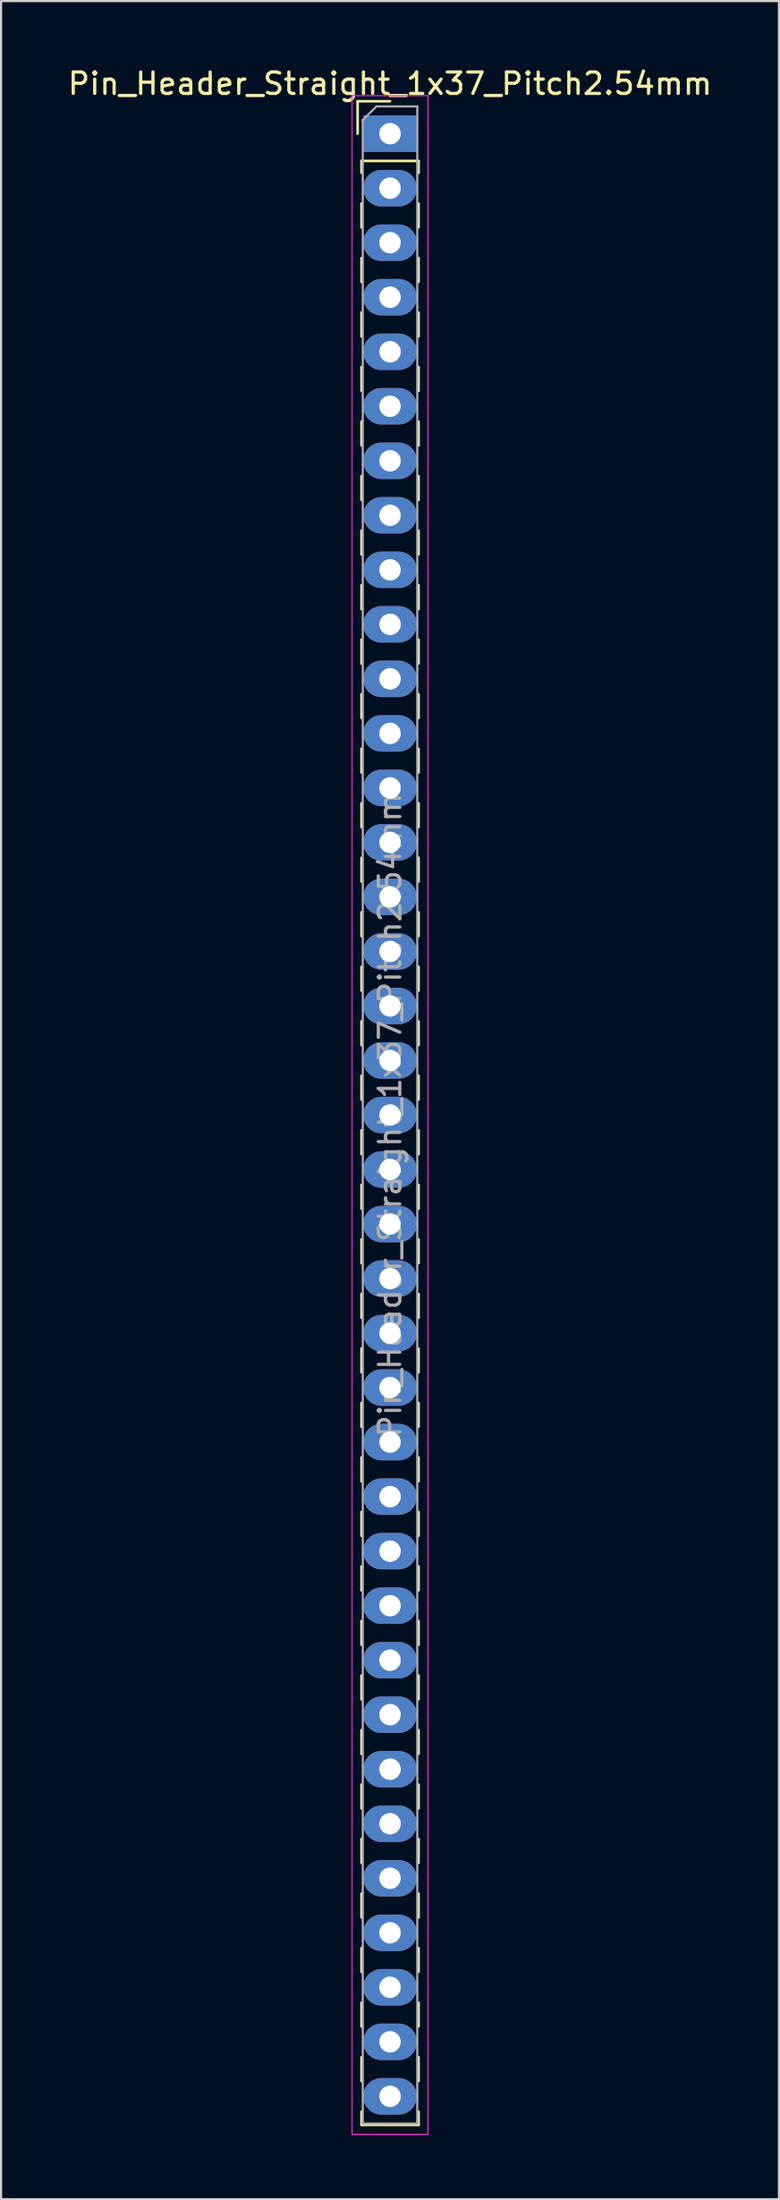
<source format=kicad_pcb>
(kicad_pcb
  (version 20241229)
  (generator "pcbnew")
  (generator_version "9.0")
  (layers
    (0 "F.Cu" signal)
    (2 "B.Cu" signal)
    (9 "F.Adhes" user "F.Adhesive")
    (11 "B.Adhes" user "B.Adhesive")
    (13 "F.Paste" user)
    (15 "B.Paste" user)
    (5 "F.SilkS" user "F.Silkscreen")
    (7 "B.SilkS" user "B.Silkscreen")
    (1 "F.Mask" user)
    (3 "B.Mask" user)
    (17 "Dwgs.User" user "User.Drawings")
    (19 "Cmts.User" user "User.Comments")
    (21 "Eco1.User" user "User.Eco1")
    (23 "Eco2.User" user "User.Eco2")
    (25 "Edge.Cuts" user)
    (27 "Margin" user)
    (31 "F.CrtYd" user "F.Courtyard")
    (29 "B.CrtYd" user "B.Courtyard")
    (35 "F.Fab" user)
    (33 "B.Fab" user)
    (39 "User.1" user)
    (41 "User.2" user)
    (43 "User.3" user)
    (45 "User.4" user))
  (footprint "Pin_Header_Straight_1x37_Pitch2.54mm"
    (layer "F.Cu")
    (at 15.125 3.178)
    (property "Reference" "Pin_Header_Straight_1x37_Pitch2.54mm" (at 0 -2.33 0) (layer "F.SilkS") (effects (font (size 1 1) (thickness 0.15))))
    (attr through_hole)
    (fp_line (start -1.51 -1.51) (end 0 -1.51) (stroke (width 0.12) (type solid)) (layer "F.SilkS"))
    (fp_line (start -1.51 0) (end -1.51 -1.51) (stroke (width 0.12) (type solid)) (layer "F.SilkS"))
    (fp_line (start -1.33 1.27) (end -1.33 1.825) (stroke (width 0.12) (type solid)) (layer "F.SilkS"))
    (fp_line (start -1.33 1.27) (end 1.33 1.27) (stroke (width 0.12) (type solid)) (layer "F.SilkS"))
    (fp_line (start -1.33 3.255) (end -1.33 4.365) (stroke (width 0.12) (type solid)) (layer "F.SilkS"))
    (fp_line (start -1.33 5.795) (end -1.33 6.905) (stroke (width 0.12) (type solid)) (layer "F.SilkS"))
    (fp_line (start -1.33 8.335) (end -1.33 9.445) (stroke (width 0.12) (type solid)) (layer "F.SilkS"))
    (fp_line (start -1.33 10.875) (end -1.33 11.985) (stroke (width 0.12) (type solid)) (layer "F.SilkS"))
    (fp_line (start -1.33 13.415) (end -1.33 14.525) (stroke (width 0.12) (type solid)) (layer "F.SilkS"))
    (fp_line (start -1.33 15.955) (end -1.33 17.065) (stroke (width 0.12) (type solid)) (layer "F.SilkS"))
    (fp_line (start -1.33 18.495) (end -1.33 19.605) (stroke (width 0.12) (type solid)) (layer "F.SilkS"))
    (fp_line (start -1.33 21.035) (end -1.33 22.145) (stroke (width 0.12) (type solid)) (layer "F.SilkS"))
    (fp_line (start -1.33 23.575) (end -1.33 24.685) (stroke (width 0.12) (type solid)) (layer "F.SilkS"))
    (fp_line (start -1.33 26.115) (end -1.33 27.225) (stroke (width 0.12) (type solid)) (layer "F.SilkS"))
    (fp_line (start -1.33 28.655) (end -1.33 29.765) (stroke (width 0.12) (type solid)) (layer "F.SilkS"))
    (fp_line (start -1.33 31.195) (end -1.33 32.305) (stroke (width 0.12) (type solid)) (layer "F.SilkS"))
    (fp_line (start -1.33 33.735) (end -1.33 34.845) (stroke (width 0.12) (type solid)) (layer "F.SilkS"))
    (fp_line (start -1.33 36.275) (end -1.33 37.385) (stroke (width 0.12) (type solid)) (layer "F.SilkS"))
    (fp_line (start -1.33 38.815) (end -1.33 39.925) (stroke (width 0.12) (type solid)) (layer "F.SilkS"))
    (fp_line (start -1.33 41.355) (end -1.33 42.465) (stroke (width 0.12) (type solid)) (layer "F.SilkS"))
    (fp_line (start -1.33 43.895) (end -1.33 45.005) (stroke (width 0.12) (type solid)) (layer "F.SilkS"))
    (fp_line (start -1.33 46.435) (end -1.33 47.545) (stroke (width 0.12) (type solid)) (layer "F.SilkS"))
    (fp_line (start -1.33 48.975) (end -1.33 50.085) (stroke (width 0.12) (type solid)) (layer "F.SilkS"))
    (fp_line (start -1.33 51.515) (end -1.33 52.625) (stroke (width 0.12) (type solid)) (layer "F.SilkS"))
    (fp_line (start -1.33 54.055) (end -1.33 55.165) (stroke (width 0.12) (type solid)) (layer "F.SilkS"))
    (fp_line (start -1.33 56.595) (end -1.33 57.705) (stroke (width 0.12) (type solid)) (layer "F.SilkS"))
    (fp_line (start -1.33 59.135) (end -1.33 60.245) (stroke (width 0.12) (type solid)) (layer "F.SilkS"))
    (fp_line (start -1.33 61.675) (end -1.33 62.785) (stroke (width 0.12) (type solid)) (layer "F.SilkS"))
    (fp_line (start -1.33 64.215) (end -1.33 65.325) (stroke (width 0.12) (type solid)) (layer "F.SilkS"))
    (fp_line (start -1.33 66.755) (end -1.33 67.865) (stroke (width 0.12) (type solid)) (layer "F.SilkS"))
    (fp_line (start -1.33 69.295) (end -1.33 70.405) (stroke (width 0.12) (type solid)) (layer "F.SilkS"))
    (fp_line (start -1.33 71.835) (end -1.33 72.945) (stroke (width 0.12) (type solid)) (layer "F.SilkS"))
    (fp_line (start -1.33 74.375) (end -1.33 75.485) (stroke (width 0.12) (type solid)) (layer "F.SilkS"))
    (fp_line (start -1.33 76.915) (end -1.33 78.025) (stroke (width 0.12) (type solid)) (layer "F.SilkS"))
    (fp_line (start -1.33 79.455) (end -1.33 80.565) (stroke (width 0.12) (type solid)) (layer "F.SilkS"))
    (fp_line (start -1.33 81.995) (end -1.33 83.105) (stroke (width 0.12) (type solid)) (layer "F.SilkS"))
    (fp_line (start -1.33 84.535) (end -1.33 85.645) (stroke (width 0.12) (type solid)) (layer "F.SilkS"))
    (fp_line (start -1.33 87.075) (end -1.33 88.185) (stroke (width 0.12) (type solid)) (layer "F.SilkS"))
    (fp_line (start -1.33 89.615) (end -1.33 90.725) (stroke (width 0.12) (type solid)) (layer "F.SilkS"))
    (fp_line (start -1.33 92.155) (end -1.33 92.77) (stroke (width 0.12) (type solid)) (layer "F.SilkS"))
    (fp_line (start -1.33 92.77) (end 1.33 92.77) (stroke (width 0.12) (type solid)) (layer "F.SilkS"))
    (fp_line (start 1.33 1.27) (end 1.33 1.825) (stroke (width 0.12) (type solid)) (layer "F.SilkS"))
    (fp_line (start 1.33 3.255) (end 1.33 4.365) (stroke (width 0.12) (type solid)) (layer "F.SilkS"))
    (fp_line (start 1.33 5.795) (end 1.33 6.905) (stroke (width 0.12) (type solid)) (layer "F.SilkS"))
    (fp_line (start 1.33 8.335) (end 1.33 9.445) (stroke (width 0.12) (type solid)) (layer "F.SilkS"))
    (fp_line (start 1.33 10.875) (end 1.33 11.985) (stroke (width 0.12) (type solid)) (layer "F.SilkS"))
    (fp_line (start 1.33 13.415) (end 1.33 14.525) (stroke (width 0.12) (type solid)) (layer "F.SilkS"))
    (fp_line (start 1.33 15.955) (end 1.33 17.065) (stroke (width 0.12) (type solid)) (layer "F.SilkS"))
    (fp_line (start 1.33 18.495) (end 1.33 19.605) (stroke (width 0.12) (type solid)) (layer "F.SilkS"))
    (fp_line (start 1.33 21.035) (end 1.33 22.145) (stroke (width 0.12) (type solid)) (layer "F.SilkS"))
    (fp_line (start 1.33 23.575) (end 1.33 24.685) (stroke (width 0.12) (type solid)) (layer "F.SilkS"))
    (fp_line (start 1.33 26.115) (end 1.33 27.225) (stroke (width 0.12) (type solid)) (layer "F.SilkS"))
    (fp_line (start 1.33 28.655) (end 1.33 29.765) (stroke (width 0.12) (type solid)) (layer "F.SilkS"))
    (fp_line (start 1.33 31.195) (end 1.33 32.305) (stroke (width 0.12) (type solid)) (layer "F.SilkS"))
    (fp_line (start 1.33 33.735) (end 1.33 34.845) (stroke (width 0.12) (type solid)) (layer "F.SilkS"))
    (fp_line (start 1.33 36.275) (end 1.33 37.385) (stroke (width 0.12) (type solid)) (layer "F.SilkS"))
    (fp_line (start 1.33 38.815) (end 1.33 39.925) (stroke (width 0.12) (type solid)) (layer "F.SilkS"))
    (fp_line (start 1.33 41.355) (end 1.33 42.465) (stroke (width 0.12) (type solid)) (layer "F.SilkS"))
    (fp_line (start 1.33 43.895) (end 1.33 45.005) (stroke (width 0.12) (type solid)) (layer "F.SilkS"))
    (fp_line (start 1.33 46.435) (end 1.33 47.545) (stroke (width 0.12) (type solid)) (layer "F.SilkS"))
    (fp_line (start 1.33 48.975) (end 1.33 50.085) (stroke (width 0.12) (type solid)) (layer "F.SilkS"))
    (fp_line (start 1.33 51.515) (end 1.33 52.625) (stroke (width 0.12) (type solid)) (layer "F.SilkS"))
    (fp_line (start 1.33 54.055) (end 1.33 55.165) (stroke (width 0.12) (type solid)) (layer "F.SilkS"))
    (fp_line (start 1.33 56.595) (end 1.33 57.705) (stroke (width 0.12) (type solid)) (layer "F.SilkS"))
    (fp_line (start 1.33 59.135) (end 1.33 60.245) (stroke (width 0.12) (type solid)) (layer "F.SilkS"))
    (fp_line (start 1.33 61.675) (end 1.33 62.785) (stroke (width 0.12) (type solid)) (layer "F.SilkS"))
    (fp_line (start 1.33 64.215) (end 1.33 65.325) (stroke (width 0.12) (type solid)) (layer "F.SilkS"))
    (fp_line (start 1.33 66.755) (end 1.33 67.865) (stroke (width 0.12) (type solid)) (layer "F.SilkS"))
    (fp_line (start 1.33 69.295) (end 1.33 70.405) (stroke (width 0.12) (type solid)) (layer "F.SilkS"))
    (fp_line (start 1.33 71.835) (end 1.33 72.945) (stroke (width 0.12) (type solid)) (layer "F.SilkS"))
    (fp_line (start 1.33 74.375) (end 1.33 75.485) (stroke (width 0.12) (type solid)) (layer "F.SilkS"))
    (fp_line (start 1.33 76.915) (end 1.33 78.025) (stroke (width 0.12) (type solid)) (layer "F.SilkS"))
    (fp_line (start 1.33 79.455) (end 1.33 80.565) (stroke (width 0.12) (type solid)) (layer "F.SilkS"))
    (fp_line (start 1.33 81.995) (end 1.33 83.105) (stroke (width 0.12) (type solid)) (layer "F.SilkS"))
    (fp_line (start 1.33 84.535) (end 1.33 85.645) (stroke (width 0.12) (type solid)) (layer "F.SilkS"))
    (fp_line (start 1.33 87.075) (end 1.33 88.185) (stroke (width 0.12) (type solid)) (layer "F.SilkS"))
    (fp_line (start 1.33 89.615) (end 1.33 90.725) (stroke (width 0.12) (type solid)) (layer "F.SilkS"))
    (fp_line (start 1.33 92.155) (end 1.33 92.77) (stroke (width 0.12) (type solid)) (layer "F.SilkS"))
    (fp_line (start -1.77 -1.77) (end -1.77 93.21) (stroke (width 0.05) (type solid)) (layer "F.CrtYd"))
    (fp_line (start -1.77 93.21) (end 1.77 93.21) (stroke (width 0.05) (type solid)) (layer "F.CrtYd"))
    (fp_line (start 1.77 -1.77) (end -1.77 -1.77) (stroke (width 0.05) (type solid)) (layer "F.CrtYd"))
    (fp_line (start 1.77 93.21) (end 1.77 -1.77) (stroke (width 0.05) (type solid)) (layer "F.CrtYd"))
    (fp_line (start -1.27 -0.635) (end -0.635 -1.27) (stroke (width 0.1) (type solid)) (layer "F.Fab"))
    (fp_line (start -1.27 92.71) (end -1.27 -0.635) (stroke (width 0.1) (type solid)) (layer "F.Fab"))
    (fp_line (start -0.635 -1.27) (end 1.27 -1.27) (stroke (width 0.1) (type solid)) (layer "F.Fab"))
    (fp_line (start 1.27 -1.27) (end 1.27 92.71) (stroke (width 0.1) (type solid)) (layer "F.Fab"))
    (fp_line (start 1.27 92.71) (end -1.27 92.71) (stroke (width 0.1) (type solid)) (layer "F.Fab"))
    (fp_text user "${REFERENCE}" (at 0 45.72 90) (layer "F.Fab") (effects (font (size 1 1) (thickness 0.15))))
    (pad "1" thru_hole rect (at 0 0) (size 2.5 1.7) (drill 1) (layers "*.Cu" "*.Mask"))
    (pad "2" thru_hole oval (at 0 2.54) (size 2.5 1.7) (drill 1) (layers "*.Cu" "*.Mask"))
    (pad "3" thru_hole oval (at 0 5.08) (size 2.5 1.7) (drill 1) (layers "*.Cu" "*.Mask"))
    (pad "4" thru_hole oval (at 0 7.62) (size 2.5 1.7) (drill 1) (layers "*.Cu" "*.Mask"))
    (pad "5" thru_hole oval (at 0 10.16) (size 2.5 1.7) (drill 1) (layers "*.Cu" "*.Mask"))
    (pad "6" thru_hole oval (at 0 12.7) (size 2.5 1.7) (drill 1) (layers "*.Cu" "*.Mask"))
    (pad "7" thru_hole oval (at 0 15.24) (size 2.5 1.7) (drill 1) (layers "*.Cu" "*.Mask"))
    (pad "8" thru_hole oval (at 0 17.78) (size 2.5 1.7) (drill 1) (layers "*.Cu" "*.Mask"))
    (pad "9" thru_hole oval (at 0 20.32) (size 2.5 1.7) (drill 1) (layers "*.Cu" "*.Mask"))
    (pad "10" thru_hole oval (at 0 22.86) (size 2.5 1.7) (drill 1) (layers "*.Cu" "*.Mask"))
    (pad "11" thru_hole oval (at 0 25.4) (size 2.5 1.7) (drill 1) (layers "*.Cu" "*.Mask"))
    (pad "12" thru_hole oval (at 0 27.94) (size 2.5 1.7) (drill 1) (layers "*.Cu" "*.Mask"))
    (pad "13" thru_hole oval (at 0 30.48) (size 2.5 1.7) (drill 1) (layers "*.Cu" "*.Mask"))
    (pad "14" thru_hole oval (at 0 33.02) (size 2.5 1.7) (drill 1) (layers "*.Cu" "*.Mask"))
    (pad "15" thru_hole oval (at 0 35.56) (size 2.5 1.7) (drill 1) (layers "*.Cu" "*.Mask"))
    (pad "16" thru_hole oval (at 0 38.1) (size 2.5 1.7) (drill 1) (layers "*.Cu" "*.Mask"))
    (pad "17" thru_hole oval (at 0 40.64) (size 2.5 1.7) (drill 1) (layers "*.Cu" "*.Mask"))
    (pad "18" thru_hole oval (at 0 43.18) (size 2.5 1.7) (drill 1) (layers "*.Cu" "*.Mask"))
    (pad "19" thru_hole oval (at 0 45.72) (size 2.5 1.7) (drill 1) (layers "*.Cu" "*.Mask"))
    (pad "20" thru_hole oval (at 0 48.26) (size 2.5 1.7) (drill 1) (layers "*.Cu" "*.Mask"))
    (pad "21" thru_hole oval (at 0 50.8) (size 2.5 1.7) (drill 1) (layers "*.Cu" "*.Mask"))
    (pad "22" thru_hole oval (at 0 53.34) (size 2.5 1.7) (drill 1) (layers "*.Cu" "*.Mask"))
    (pad "23" thru_hole oval (at 0 55.88) (size 2.5 1.7) (drill 1) (layers "*.Cu" "*.Mask"))
    (pad "24" thru_hole oval (at 0 58.42) (size 2.5 1.7) (drill 1) (layers "*.Cu" "*.Mask"))
    (pad "25" thru_hole oval (at 0 60.96) (size 2.5 1.7) (drill 1) (layers "*.Cu" "*.Mask"))
    (pad "26" thru_hole oval (at 0 63.5) (size 2.5 1.7) (drill 1) (layers "*.Cu" "*.Mask"))
    (pad "27" thru_hole oval (at 0 66.04) (size 2.5 1.7) (drill 1) (layers "*.Cu" "*.Mask"))
    (pad "28" thru_hole oval (at 0 68.58) (size 2.5 1.7) (drill 1) (layers "*.Cu" "*.Mask"))
    (pad "29" thru_hole oval (at 0 71.12) (size 2.5 1.7) (drill 1) (layers "*.Cu" "*.Mask"))
    (pad "30" thru_hole oval (at 0 73.66) (size 2.5 1.7) (drill 1) (layers "*.Cu" "*.Mask"))
    (pad "31" thru_hole oval (at 0 76.2) (size 2.5 1.7) (drill 1) (layers "*.Cu" "*.Mask"))
    (pad "32" thru_hole oval (at 0 78.74) (size 2.5 1.7) (drill 1) (layers "*.Cu" "*.Mask"))
    (pad "33" thru_hole oval (at 0 81.28) (size 2.5 1.7) (drill 1) (layers "*.Cu" "*.Mask"))
    (pad "34" thru_hole oval (at 0 83.82) (size 2.5 1.7) (drill 1) (layers "*.Cu" "*.Mask"))
    (pad "35" thru_hole oval (at 0 86.36) (size 2.5 1.7) (drill 1) (layers "*.Cu" "*.Mask"))
    (pad "36" thru_hole oval (at 0 88.9) (size 2.5 1.7) (drill 1) (layers "*.Cu" "*.Mask"))
    (pad "37" thru_hole oval (at 0 91.44) (size 2.5 1.7) (drill 1) (layers "*.Cu" "*.Mask")))
  (gr_rect
    (start -3 -3)
    (end 33.25 99.413)
    (stroke (width 0.1) (type default))
    (fill no)
    (layer "Edge.Cuts")))
</source>
